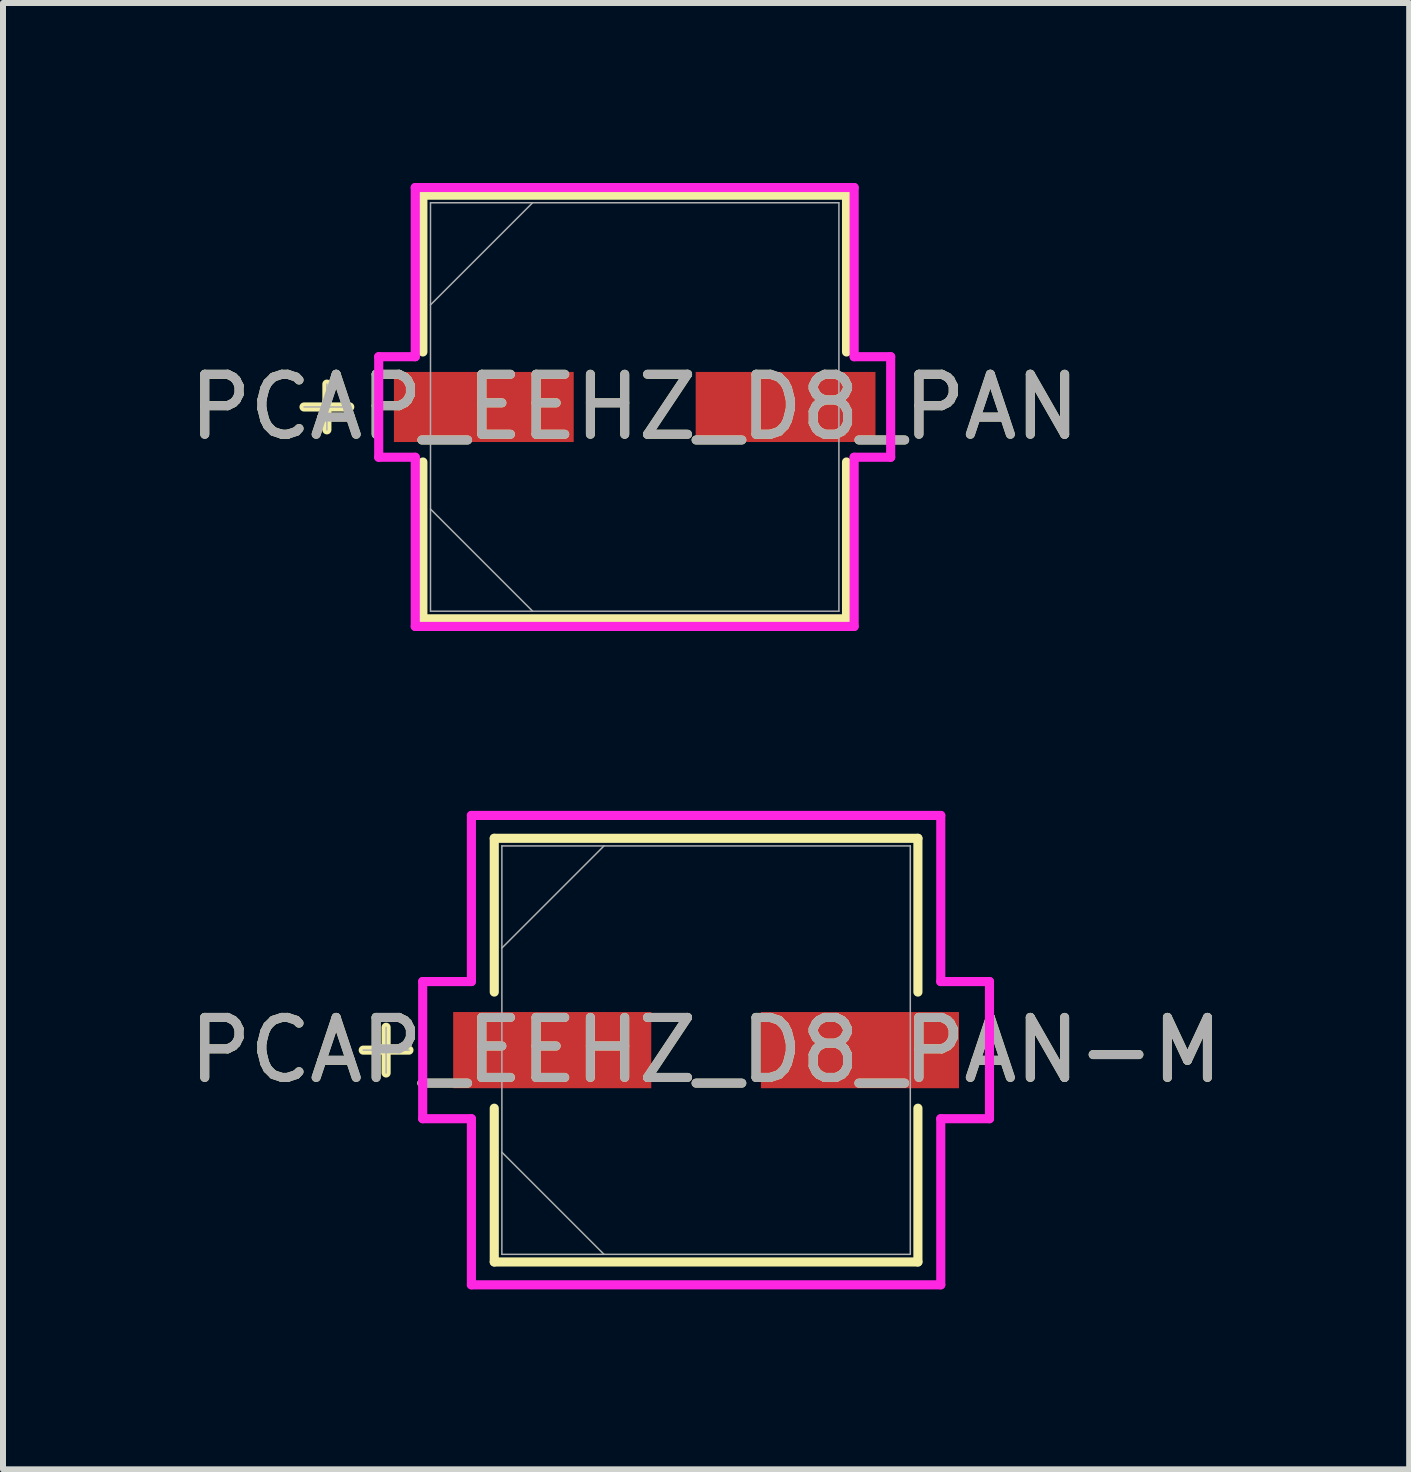
<source format=kicad_pcb>
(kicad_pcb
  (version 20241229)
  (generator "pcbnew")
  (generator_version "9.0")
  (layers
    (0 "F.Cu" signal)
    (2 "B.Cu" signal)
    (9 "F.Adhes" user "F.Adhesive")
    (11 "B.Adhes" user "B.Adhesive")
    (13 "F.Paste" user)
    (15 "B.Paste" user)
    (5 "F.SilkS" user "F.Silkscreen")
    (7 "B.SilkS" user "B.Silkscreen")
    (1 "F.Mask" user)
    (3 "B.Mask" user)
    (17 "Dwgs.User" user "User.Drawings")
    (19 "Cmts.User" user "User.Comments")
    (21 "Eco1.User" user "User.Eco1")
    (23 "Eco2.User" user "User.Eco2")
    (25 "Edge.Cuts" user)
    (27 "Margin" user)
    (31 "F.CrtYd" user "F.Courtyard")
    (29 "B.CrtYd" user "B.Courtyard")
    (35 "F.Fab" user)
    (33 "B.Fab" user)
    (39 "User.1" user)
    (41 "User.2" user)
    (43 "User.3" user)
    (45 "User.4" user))
  (footprint "PCAP_EEHZ_D8_PAN-M"
    (layer "F.Cu")
    (at 8.72 14.455)
    (property "Reference" "PCAP_EEHZ_D8_PAN-M" (at 0 0 0) (unlocked yes) (layer "F.SilkS") (effects (font (size 1 1) (thickness 0.15))))
    (attr smd)
    (fp_line (start -5.334 -0.381) (end -5.334 0.381) (stroke (width 0.152) (type solid)) (layer "F.SilkS"))
    (fp_line (start -4.953 0) (end -5.715 0) (stroke (width 0.152) (type solid)) (layer "F.SilkS"))
    (fp_line (start -3.531 -3.531) (end -3.531 -0.968) (stroke (width 0.152) (type solid)) (layer "F.SilkS"))
    (fp_line (start -3.531 0.968) (end -3.531 3.531) (stroke (width 0.152) (type solid)) (layer "F.SilkS"))
    (fp_line (start -3.531 3.531) (end 3.531 3.531) (stroke (width 0.152) (type solid)) (layer "F.SilkS"))
    (fp_line (start 3.531 -3.531) (end -3.531 -3.531) (stroke (width 0.152) (type solid)) (layer "F.SilkS"))
    (fp_line (start 3.531 -0.968) (end 3.531 -3.531) (stroke (width 0.152) (type solid)) (layer "F.SilkS"))
    (fp_line (start 3.531 3.531) (end 3.531 0.968) (stroke (width 0.152) (type solid)) (layer "F.SilkS"))
    (fp_line (start -4.724 -1.143) (end -3.912 -1.143) (stroke (width 0.152) (type solid)) (layer "F.CrtYd"))
    (fp_line (start -4.724 1.143) (end -4.724 -1.143) (stroke (width 0.152) (type solid)) (layer "F.CrtYd"))
    (fp_line (start -3.912 -3.912) (end 3.912 -3.912) (stroke (width 0.152) (type solid)) (layer "F.CrtYd"))
    (fp_line (start -3.912 -1.143) (end -3.912 -3.912) (stroke (width 0.152) (type solid)) (layer "F.CrtYd"))
    (fp_line (start -3.912 1.143) (end -4.724 1.143) (stroke (width 0.152) (type solid)) (layer "F.CrtYd"))
    (fp_line (start -3.912 3.912) (end -3.912 1.143) (stroke (width 0.152) (type solid)) (layer "F.CrtYd"))
    (fp_line (start 3.912 -3.912) (end 3.912 -1.143) (stroke (width 0.152) (type solid)) (layer "F.CrtYd"))
    (fp_line (start 3.912 -1.143) (end 4.724 -1.143) (stroke (width 0.152) (type solid)) (layer "F.CrtYd"))
    (fp_line (start 3.912 1.143) (end 3.912 3.912) (stroke (width 0.152) (type solid)) (layer "F.CrtYd"))
    (fp_line (start 3.912 3.912) (end -3.912 3.912) (stroke (width 0.152) (type solid)) (layer "F.CrtYd"))
    (fp_line (start 4.724 -1.143) (end 4.724 1.143) (stroke (width 0.152) (type solid)) (layer "F.CrtYd"))
    (fp_line (start 4.724 1.143) (end 3.912 1.143) (stroke (width 0.152) (type solid)) (layer "F.CrtYd"))
    (fp_line (start -5.334 -0.381) (end -5.334 0.381) (stroke (width 0.025) (type solid)) (layer "F.Fab"))
    (fp_line (start -4.953 0) (end -5.715 0) (stroke (width 0.025) (type solid)) (layer "F.Fab"))
    (fp_line (start -3.404 -3.404) (end -3.404 3.404) (stroke (width 0.025) (type solid)) (layer "F.Fab"))
    (fp_line (start -3.404 -1.702) (end -1.702 -3.404) (stroke (width 0.025) (type solid)) (layer "F.Fab"))
    (fp_line (start -3.404 1.702) (end -1.702 3.404) (stroke (width 0.025) (type solid)) (layer "F.Fab"))
    (fp_line (start -3.404 3.404) (end 3.404 3.404) (stroke (width 0.025) (type solid)) (layer "F.Fab"))
    (fp_line (start 3.404 -3.404) (end -3.404 -3.404) (stroke (width 0.025) (type solid)) (layer "F.Fab"))
    (fp_line (start 3.404 3.404) (end 3.404 -3.404) (stroke (width 0.025) (type solid)) (layer "F.Fab"))
    (fp_text user "${REFERENCE}" (at 0 0 0) (unlocked yes) (layer "F.Fab") (effects (font (size 1 1) (thickness 0.15))))
    (pad "1" smd rect (at -2.565 0) (size 3.302 1.27) (layers "F.Cu" "F.Mask" "F.Paste"))
    (pad "2" smd rect (at 2.565 0) (size 3.302 1.27) (layers "F.Cu" "F.Mask" "F.Paste"))
    (zone (net_name "") (layer "F.Cu") (hatch full 0.508) (connect_pads) (min_thickness 0.254) (filled_areas_thickness no) (keepout (tracks not_allowed) (vias not_allowed) (pads allowed) (copperpour not_allowed) (footprints allowed)) (placement (enabled no)) (fill) (polygon (pts (xy 5.367 11.103) (xy 12.073 11.103) (xy 12.073 13.77) (xy 5.367 13.77))))
    (zone (net_name "") (layer "F.Cu") (hatch full 0.508) (connect_pads) (min_thickness 0.254) (filled_areas_thickness no) (keepout (tracks not_allowed) (vias not_allowed) (pads allowed) (copperpour not_allowed) (footprints allowed)) (placement (enabled no)) (fill) (polygon (pts (xy 5.367 15.141) (xy 12.073 15.141) (xy 12.073 17.808) (xy 5.367 17.808))))
    (zone (net_name "") (layer "F.Cu") (hatch full 0.508) (connect_pads) (min_thickness 0.254) (filled_areas_thickness no) (keepout (tracks not_allowed) (vias not_allowed) (pads allowed) (copperpour not_allowed) (footprints allowed)) (placement (enabled no)) (fill) (polygon (pts (xy 7.857 13.77) (xy 9.584 13.77) (xy 9.584 15.141) (xy 7.857 15.141)))))
  (footprint "PCAP_EEHZ_D8_PAN"
    (layer "F.Cu")
    (at 7.53 3.734)
    (property "Reference" "PCAP_EEHZ_D8_PAN" (at 0 0 0) (unlocked yes) (layer "F.SilkS") (effects (font (size 1 1) (thickness 0.15))))
    (attr smd)
    (fp_line (start -5.131 -0.381) (end -5.131 0.381) (stroke (width 0.152) (type solid)) (layer "F.SilkS"))
    (fp_line (start -4.75 0) (end -5.512 0) (stroke (width 0.152) (type solid)) (layer "F.SilkS"))
    (fp_line (start -3.531 -3.531) (end -3.531 -0.917) (stroke (width 0.152) (type solid)) (layer "F.SilkS"))
    (fp_line (start -3.531 0.917) (end -3.531 3.531) (stroke (width 0.152) (type solid)) (layer "F.SilkS"))
    (fp_line (start -3.531 3.531) (end 3.531 3.531) (stroke (width 0.152) (type solid)) (layer "F.SilkS"))
    (fp_line (start 3.531 -3.531) (end -3.531 -3.531) (stroke (width 0.152) (type solid)) (layer "F.SilkS"))
    (fp_line (start 3.531 -0.917) (end 3.531 -3.531) (stroke (width 0.152) (type solid)) (layer "F.SilkS"))
    (fp_line (start 3.531 3.531) (end 3.531 0.917) (stroke (width 0.152) (type solid)) (layer "F.SilkS"))
    (fp_line (start -4.267 -0.838) (end -3.658 -0.838) (stroke (width 0.152) (type solid)) (layer "F.CrtYd"))
    (fp_line (start -4.267 0.838) (end -4.267 -0.838) (stroke (width 0.152) (type solid)) (layer "F.CrtYd"))
    (fp_line (start -3.658 -3.658) (end 3.658 -3.658) (stroke (width 0.152) (type solid)) (layer "F.CrtYd"))
    (fp_line (start -3.658 -0.838) (end -3.658 -3.658) (stroke (width 0.152) (type solid)) (layer "F.CrtYd"))
    (fp_line (start -3.658 0.838) (end -4.267 0.838) (stroke (width 0.152) (type solid)) (layer "F.CrtYd"))
    (fp_line (start -3.658 3.658) (end -3.658 0.838) (stroke (width 0.152) (type solid)) (layer "F.CrtYd"))
    (fp_line (start 3.658 -3.658) (end 3.658 -0.838) (stroke (width 0.152) (type solid)) (layer "F.CrtYd"))
    (fp_line (start 3.658 -0.838) (end 4.267 -0.838) (stroke (width 0.152) (type solid)) (layer "F.CrtYd"))
    (fp_line (start 3.658 0.838) (end 3.658 3.658) (stroke (width 0.152) (type solid)) (layer "F.CrtYd"))
    (fp_line (start 3.658 3.658) (end -3.658 3.658) (stroke (width 0.152) (type solid)) (layer "F.CrtYd"))
    (fp_line (start 4.267 -0.838) (end 4.267 0.838) (stroke (width 0.152) (type solid)) (layer "F.CrtYd"))
    (fp_line (start 4.267 0.838) (end 3.658 0.838) (stroke (width 0.152) (type solid)) (layer "F.CrtYd"))
    (fp_line (start -5.131 -0.381) (end -5.131 0.381) (stroke (width 0.025) (type solid)) (layer "F.Fab"))
    (fp_line (start -4.75 0) (end -5.512 0) (stroke (width 0.025) (type solid)) (layer "F.Fab"))
    (fp_line (start -3.404 -3.404) (end -3.404 3.404) (stroke (width 0.025) (type solid)) (layer "F.Fab"))
    (fp_line (start -3.404 -1.702) (end -1.702 -3.404) (stroke (width 0.025) (type solid)) (layer "F.Fab"))
    (fp_line (start -3.404 1.702) (end -1.702 3.404) (stroke (width 0.025) (type solid)) (layer "F.Fab"))
    (fp_line (start -3.404 3.404) (end 3.404 3.404) (stroke (width 0.025) (type solid)) (layer "F.Fab"))
    (fp_line (start 3.404 -3.404) (end -3.404 -3.404) (stroke (width 0.025) (type solid)) (layer "F.Fab"))
    (fp_line (start 3.404 3.404) (end 3.404 -3.404) (stroke (width 0.025) (type solid)) (layer "F.Fab"))
    (fp_text user "${REFERENCE}" (at 0 0 0) (unlocked yes) (layer "F.Fab") (effects (font (size 1 1) (thickness 0.15))))
    (pad "1" smd rect (at -2.515 0) (size 2.997 1.168) (layers "F.Cu" "F.Mask" "F.Paste"))
    (pad "2" smd rect (at 2.515 0) (size 2.997 1.168) (layers "F.Cu" "F.Mask" "F.Paste"))
    (zone (net_name "") (layer "F.Cu") (hatch full 0.508) (connect_pads) (min_thickness 0.254) (filled_areas_thickness no) (keepout (tracks not_allowed) (vias not_allowed) (pads allowed) (copperpour not_allowed) (footprints allowed)) (placement (enabled no)) (fill) (polygon (pts (xy 4.177 0.381) (xy 10.883 0.381) (xy 10.883 3.099) (xy 4.177 3.099))))
    (zone (net_name "") (layer "F.Cu") (hatch full 0.508) (connect_pads) (min_thickness 0.254) (filled_areas_thickness no) (keepout (tracks not_allowed) (vias not_allowed) (pads allowed) (copperpour not_allowed) (footprints allowed)) (placement (enabled no)) (fill) (polygon (pts (xy 4.177 4.369) (xy 10.883 4.369) (xy 10.883 7.087) (xy 4.177 7.087))))
    (zone (net_name "") (layer "F.Cu") (hatch full 0.508) (connect_pads) (min_thickness 0.254) (filled_areas_thickness no) (keepout (tracks not_allowed) (vias not_allowed) (pads allowed) (copperpour not_allowed) (footprints allowed)) (placement (enabled no)) (fill) (polygon (pts (xy 6.565 3.099) (xy 8.495 3.099) (xy 8.495 4.369) (xy 6.565 4.369)))))
  (gr_rect
    (start -3 -3)
    (end 20.44 21.443)
    (stroke (width 0.1) (type default))
    (fill no)
    (layer "Edge.Cuts")))
</source>
